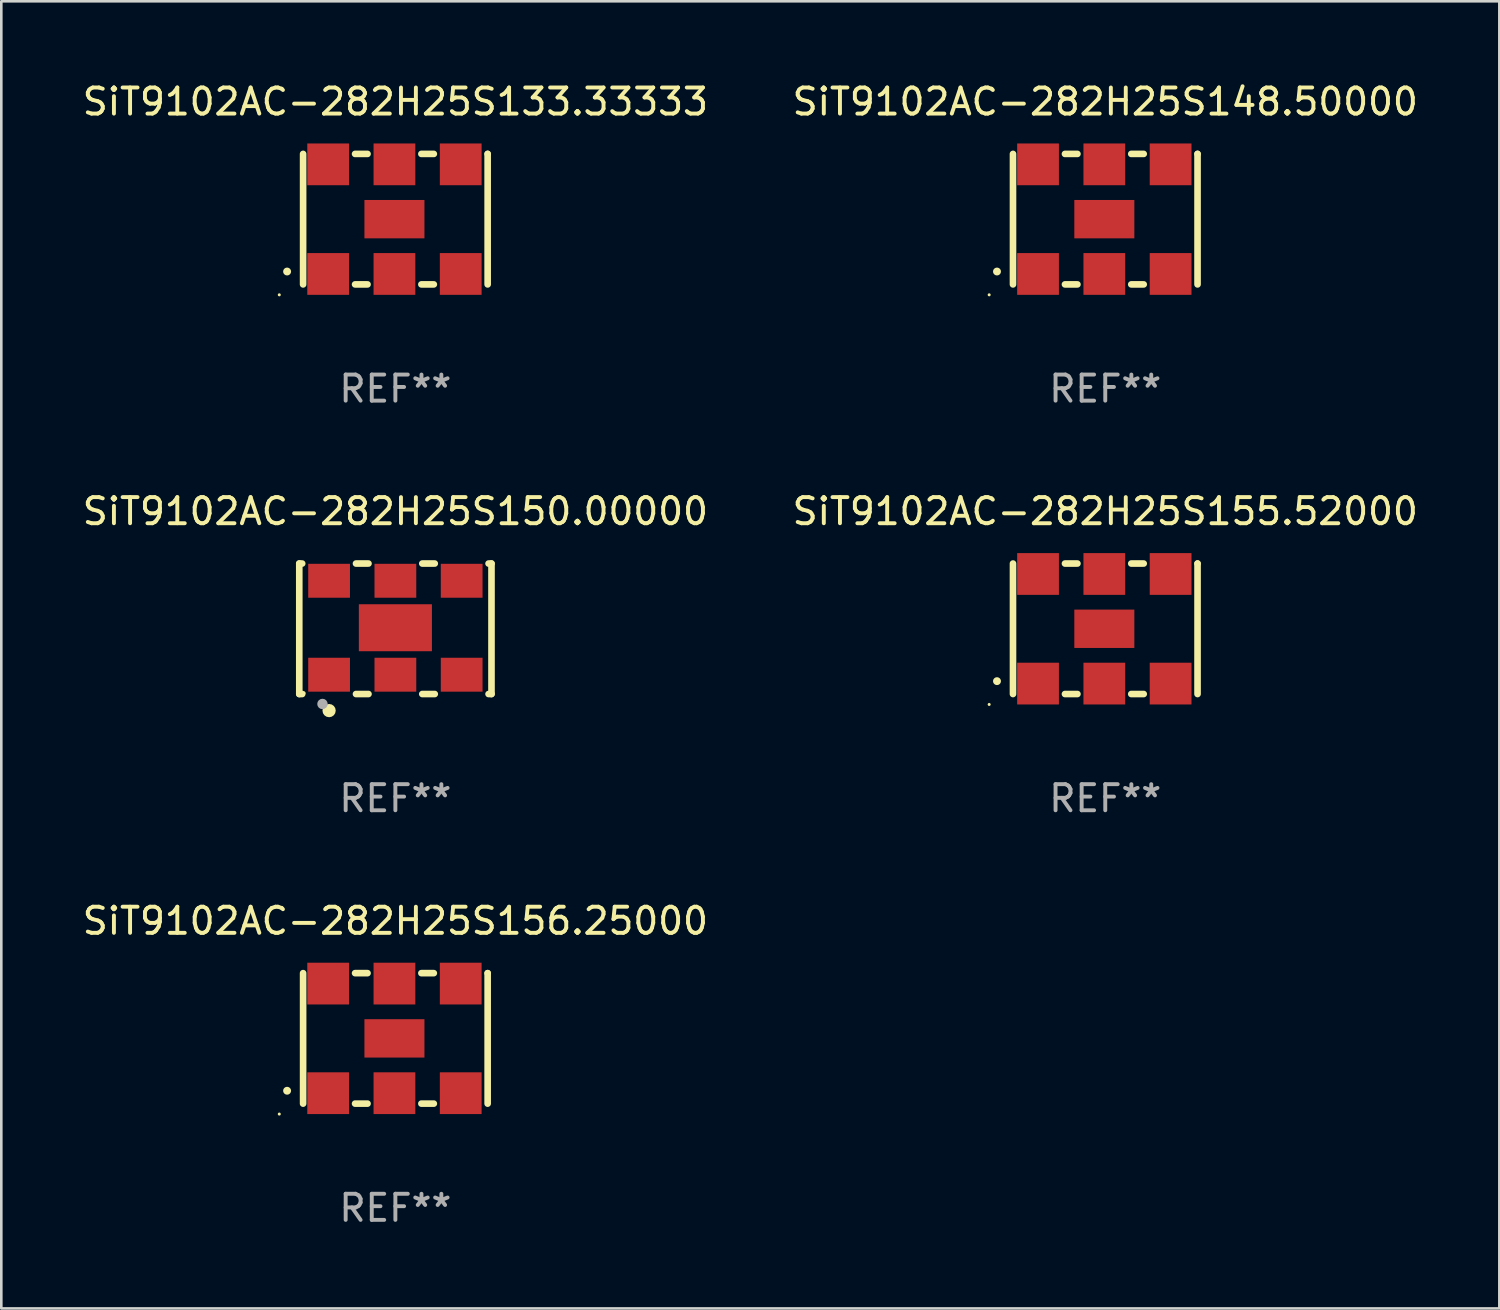
<source format=kicad_pcb>
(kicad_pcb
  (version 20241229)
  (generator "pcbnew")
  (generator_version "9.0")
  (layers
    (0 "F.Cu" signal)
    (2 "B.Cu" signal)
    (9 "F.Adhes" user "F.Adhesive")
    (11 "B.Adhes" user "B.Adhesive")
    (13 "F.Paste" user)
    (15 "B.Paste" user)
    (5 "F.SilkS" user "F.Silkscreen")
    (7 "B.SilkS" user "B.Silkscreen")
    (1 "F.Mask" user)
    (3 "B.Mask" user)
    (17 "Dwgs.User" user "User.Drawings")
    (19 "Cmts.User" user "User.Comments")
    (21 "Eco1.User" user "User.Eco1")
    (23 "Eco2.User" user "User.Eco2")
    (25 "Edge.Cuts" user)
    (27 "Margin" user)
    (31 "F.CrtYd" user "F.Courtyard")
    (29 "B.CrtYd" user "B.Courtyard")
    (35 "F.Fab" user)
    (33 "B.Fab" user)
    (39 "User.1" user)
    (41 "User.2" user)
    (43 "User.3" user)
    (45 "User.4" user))
  (footprint "SiT9102AC-282H25S156.25000"
    (layer "F.Cu")
    (at 12.101 36.741)
    (property "Reference" "SiT9102AC-282H25S156.25000" (at 0 -4.5 0) (layer "F.SilkS") (effects (font (size 1 1) (thickness 0.15))))
    (attr through_hole)
    (fp_line (start -3.536 -2.5) (end -3.536 2.5) (stroke (width 0.254) (type solid)) (layer "F.SilkS"))
    (fp_line (start -1.544 2.5) (end -1.067 2.5) (stroke (width 0.254) (type solid)) (layer "F.SilkS"))
    (fp_line (start -1.067 -2.5) (end -1.544 -2.5) (stroke (width 0.254) (type solid)) (layer "F.SilkS"))
    (fp_line (start 0.996 2.5) (end 1.473 2.5) (stroke (width 0.254) (type solid)) (layer "F.SilkS"))
    (fp_line (start 1.473 -2.5) (end 0.996 -2.5) (stroke (width 0.254) (type solid)) (layer "F.SilkS"))
    (fp_line (start 3.536 -2.5) (end 3.536 -2.5) (stroke (width 0.254) (type solid)) (layer "F.SilkS"))
    (fp_line (start 3.536 2.5) (end 3.536 -2.5) (stroke (width 0.254) (type solid)) (layer "F.SilkS"))
    (fp_arc (start -4.150432 2.006604) (mid -4.149162 2.006599) (end -4.147892 2.006604) (stroke (width 0.3) (type solid)) (layer "F.SilkS"))
    (fp_circle (center -4.449 2.9) (end -4.419 2.9) (stroke (width 0.06) (type solid)) (fill no) (layer "F.SilkS"))
    (fp_text user "REF**" (at 0 6.5 0) (layer "F.Fab") (effects (font (size 1 1) (thickness 0.15))))
    (pad "1" smd rect (at -2.576 2.1) (size 1.6 1.6) (layers "F.Cu" "F.Mask" "F.Paste"))
    (pad "2" smd rect (at -0.036 2.1) (size 1.6 1.6) (layers "F.Cu" "F.Mask" "F.Paste"))
    (pad "3" smd rect (at 2.504 2.1) (size 1.6 1.6) (layers "F.Cu" "F.Mask" "F.Paste"))
    (pad "4" smd rect (at 2.504 -2.1) (size 1.6 1.6) (layers "F.Cu" "F.Mask" "F.Paste"))
    (pad "5" smd rect (at -0.036 -2.1) (size 1.6 1.6) (layers "F.Cu" "F.Mask" "F.Paste"))
    (pad "6" smd rect (at -2.576 -2.1) (size 1.6 1.6) (layers "F.Cu" "F.Mask" "F.Paste"))
    (pad "7" smd rect (at -0.036 0) (size 2.3 1.47) (layers "F.Cu" "F.Mask" "F.Paste")))
  (footprint "SiT9102AC-282H25S150.00000"
    (layer "F.Cu")
    (at 12.101 21.045)
    (property "Reference" "SiT9102AC-282H25S150.00000" (at 0 -4.5 0) (layer "F.SilkS") (effects (font (size 1 1) (thickness 0.15))))
    (attr through_hole)
    (fp_line (start -3.683 -2.5) (end -3.571 -2.5) (stroke (width 0.254) (type solid)) (layer "F.SilkS"))
    (fp_line (start -3.683 2.5) (end -3.683 -2.5) (stroke (width 0.254) (type solid)) (layer "F.SilkS"))
    (fp_line (start -3.683 2.5) (end -3.571 2.5) (stroke (width 0.254) (type solid)) (layer "F.SilkS"))
    (fp_line (start -1.509 -2.5) (end -1.031 -2.5) (stroke (width 0.254) (type solid)) (layer "F.SilkS"))
    (fp_line (start -1.509 2.5) (end -1.031 2.5) (stroke (width 0.254) (type solid)) (layer "F.SilkS"))
    (fp_line (start 1.031 -2.5) (end 1.509 -2.5) (stroke (width 0.254) (type solid)) (layer "F.SilkS"))
    (fp_line (start 1.031 2.5) (end 1.509 2.5) (stroke (width 0.254) (type solid)) (layer "F.SilkS"))
    (fp_line (start 3.571 -2.5) (end 3.683 -2.5) (stroke (width 0.254) (type solid)) (layer "F.SilkS"))
    (fp_line (start 3.571 2.5) (end 3.683 2.5) (stroke (width 0.254) (type solid)) (layer "F.SilkS"))
    (fp_line (start 3.683 2.5) (end 3.683 -2.5) (stroke (width 0.254) (type solid)) (layer "F.SilkS"))
    (fp_circle (center -3.5 2.46) (end -3.47 2.46) (stroke (width 0.06) (type solid)) (fill no) (layer "F.SilkS"))
    (fp_circle (center -2.54 3.135) (end -2.413 3.135) (stroke (width 0.254) (type solid)) (fill no) (layer "F.SilkS"))
    (fp_circle (center -2.794 2.881) (end -2.694 2.881) (stroke (width 0.2) (type solid)) (fill no) (layer "F.Fab"))
    (fp_text user "REF**" (at 0 6.5 0) (layer "F.Fab") (effects (font (size 1 1) (thickness 0.15))))
    (pad "1" smd rect (at -2.54 1.76) (size 1.6 1.3) (layers "F.Cu" "F.Mask" "F.Paste"))
    (pad "2" smd rect (at 0 1.76) (size 1.6 1.3) (layers "F.Cu" "F.Mask" "F.Paste"))
    (pad "3" smd rect (at 2.54 1.76) (size 1.6 1.3) (layers "F.Cu" "F.Mask" "F.Paste"))
    (pad "4" smd rect (at 2.54 -1.84) (size 1.6 1.3) (layers "F.Cu" "F.Mask" "F.Paste"))
    (pad "5" smd rect (at 0 -1.84) (size 1.6 1.3) (layers "F.Cu" "F.Mask" "F.Paste"))
    (pad "6" smd rect (at -2.54 -1.84) (size 1.6 1.3) (layers "F.Cu" "F.Mask" "F.Paste"))
    (pad "7" smd rect (at 0 -0.04) (size 2.8 1.8) (layers "F.Cu" "F.Mask" "F.Paste")))
  (footprint "SiT9102AC-282H25S155.52000"
    (layer "F.Cu")
    (at 39.304 21.045)
    (property "Reference" "SiT9102AC-282H25S155.52000" (at 0 -4.5 0) (layer "F.SilkS") (effects (font (size 1 1) (thickness 0.15))))
    (attr through_hole)
    (fp_line (start -3.536 -2.5) (end -3.536 2.5) (stroke (width 0.254) (type solid)) (layer "F.SilkS"))
    (fp_line (start -1.544 2.5) (end -1.067 2.5) (stroke (width 0.254) (type solid)) (layer "F.SilkS"))
    (fp_line (start -1.067 -2.5) (end -1.544 -2.5) (stroke (width 0.254) (type solid)) (layer "F.SilkS"))
    (fp_line (start 0.996 2.5) (end 1.473 2.5) (stroke (width 0.254) (type solid)) (layer "F.SilkS"))
    (fp_line (start 1.473 -2.5) (end 0.996 -2.5) (stroke (width 0.254) (type solid)) (layer "F.SilkS"))
    (fp_line (start 3.536 -2.5) (end 3.536 -2.5) (stroke (width 0.254) (type solid)) (layer "F.SilkS"))
    (fp_line (start 3.536 2.5) (end 3.536 -2.5) (stroke (width 0.254) (type solid)) (layer "F.SilkS"))
    (fp_arc (start -4.150432 2.006604) (mid -4.149162 2.006599) (end -4.147892 2.006604) (stroke (width 0.3) (type solid)) (layer "F.SilkS"))
    (fp_circle (center -4.449 2.9) (end -4.419 2.9) (stroke (width 0.06) (type solid)) (fill no) (layer "F.SilkS"))
    (fp_text user "REF**" (at 0 6.5 0) (layer "F.Fab") (effects (font (size 1 1) (thickness 0.15))))
    (pad "1" smd rect (at -2.576 2.1) (size 1.6 1.6) (layers "F.Cu" "F.Mask" "F.Paste"))
    (pad "2" smd rect (at -0.036 2.1) (size 1.6 1.6) (layers "F.Cu" "F.Mask" "F.Paste"))
    (pad "3" smd rect (at 2.504 2.1) (size 1.6 1.6) (layers "F.Cu" "F.Mask" "F.Paste"))
    (pad "4" smd rect (at 2.504 -2.1) (size 1.6 1.6) (layers "F.Cu" "F.Mask" "F.Paste"))
    (pad "5" smd rect (at -0.036 -2.1) (size 1.6 1.6) (layers "F.Cu" "F.Mask" "F.Paste"))
    (pad "6" smd rect (at -2.576 -2.1) (size 1.6 1.6) (layers "F.Cu" "F.Mask" "F.Paste"))
    (pad "7" smd rect (at -0.036 0) (size 2.3 1.47) (layers "F.Cu" "F.Mask" "F.Paste")))
  (footprint "SiT9102AC-282H25S148.50000"
    (layer "F.Cu")
    (at 39.304 5.348)
    (property "Reference" "SiT9102AC-282H25S148.50000" (at 0 -4.5 0) (layer "F.SilkS") (effects (font (size 1 1) (thickness 0.15))))
    (attr through_hole)
    (fp_line (start -3.536 -2.5) (end -3.536 2.5) (stroke (width 0.254) (type solid)) (layer "F.SilkS"))
    (fp_line (start -1.544 2.5) (end -1.067 2.5) (stroke (width 0.254) (type solid)) (layer "F.SilkS"))
    (fp_line (start -1.067 -2.5) (end -1.544 -2.5) (stroke (width 0.254) (type solid)) (layer "F.SilkS"))
    (fp_line (start 0.996 2.5) (end 1.473 2.5) (stroke (width 0.254) (type solid)) (layer "F.SilkS"))
    (fp_line (start 1.473 -2.5) (end 0.996 -2.5) (stroke (width 0.254) (type solid)) (layer "F.SilkS"))
    (fp_line (start 3.536 -2.5) (end 3.536 -2.5) (stroke (width 0.254) (type solid)) (layer "F.SilkS"))
    (fp_line (start 3.536 2.5) (end 3.536 -2.5) (stroke (width 0.254) (type solid)) (layer "F.SilkS"))
    (fp_arc (start -4.150432 2.006604) (mid -4.149162 2.006599) (end -4.147892 2.006604) (stroke (width 0.3) (type solid)) (layer "F.SilkS"))
    (fp_circle (center -4.449 2.9) (end -4.419 2.9) (stroke (width 0.06) (type solid)) (fill no) (layer "F.SilkS"))
    (fp_text user "REF**" (at 0 6.5 0) (layer "F.Fab") (effects (font (size 1 1) (thickness 0.15))))
    (pad "1" smd rect (at -2.576 2.1) (size 1.6 1.6) (layers "F.Cu" "F.Mask" "F.Paste"))
    (pad "2" smd rect (at -0.036 2.1) (size 1.6 1.6) (layers "F.Cu" "F.Mask" "F.Paste"))
    (pad "3" smd rect (at 2.504 2.1) (size 1.6 1.6) (layers "F.Cu" "F.Mask" "F.Paste"))
    (pad "4" smd rect (at 2.504 -2.1) (size 1.6 1.6) (layers "F.Cu" "F.Mask" "F.Paste"))
    (pad "5" smd rect (at -0.036 -2.1) (size 1.6 1.6) (layers "F.Cu" "F.Mask" "F.Paste"))
    (pad "6" smd rect (at -2.576 -2.1) (size 1.6 1.6) (layers "F.Cu" "F.Mask" "F.Paste"))
    (pad "7" smd rect (at -0.036 0) (size 2.3 1.47) (layers "F.Cu" "F.Mask" "F.Paste")))
  (footprint "SiT9102AC-282H25S133.33333"
    (layer "F.Cu")
    (at 12.101 5.348)
    (property "Reference" "SiT9102AC-282H25S133.33333" (at 0 -4.5 0) (layer "F.SilkS") (effects (font (size 1 1) (thickness 0.15))))
    (attr through_hole)
    (fp_line (start -3.536 -2.5) (end -3.536 2.5) (stroke (width 0.254) (type solid)) (layer "F.SilkS"))
    (fp_line (start -1.544 2.5) (end -1.067 2.5) (stroke (width 0.254) (type solid)) (layer "F.SilkS"))
    (fp_line (start -1.067 -2.5) (end -1.544 -2.5) (stroke (width 0.254) (type solid)) (layer "F.SilkS"))
    (fp_line (start 0.996 2.5) (end 1.473 2.5) (stroke (width 0.254) (type solid)) (layer "F.SilkS"))
    (fp_line (start 1.473 -2.5) (end 0.996 -2.5) (stroke (width 0.254) (type solid)) (layer "F.SilkS"))
    (fp_line (start 3.536 -2.5) (end 3.536 -2.5) (stroke (width 0.254) (type solid)) (layer "F.SilkS"))
    (fp_line (start 3.536 2.5) (end 3.536 -2.5) (stroke (width 0.254) (type solid)) (layer "F.SilkS"))
    (fp_arc (start -4.150432 2.006604) (mid -4.149162 2.006599) (end -4.147892 2.006604) (stroke (width 0.3) (type solid)) (layer "F.SilkS"))
    (fp_circle (center -4.449 2.9) (end -4.419 2.9) (stroke (width 0.06) (type solid)) (fill no) (layer "F.SilkS"))
    (fp_text user "REF**" (at 0 6.5 0) (layer "F.Fab") (effects (font (size 1 1) (thickness 0.15))))
    (pad "1" smd rect (at -2.576 2.1) (size 1.6 1.6) (layers "F.Cu" "F.Mask" "F.Paste"))
    (pad "2" smd rect (at -0.036 2.1) (size 1.6 1.6) (layers "F.Cu" "F.Mask" "F.Paste"))
    (pad "3" smd rect (at 2.504 2.1) (size 1.6 1.6) (layers "F.Cu" "F.Mask" "F.Paste"))
    (pad "4" smd rect (at 2.504 -2.1) (size 1.6 1.6) (layers "F.Cu" "F.Mask" "F.Paste"))
    (pad "5" smd rect (at -0.036 -2.1) (size 1.6 1.6) (layers "F.Cu" "F.Mask" "F.Paste"))
    (pad "6" smd rect (at -2.576 -2.1) (size 1.6 1.6) (layers "F.Cu" "F.Mask" "F.Paste"))
    (pad "7" smd rect (at -0.036 0) (size 2.3 1.47) (layers "F.Cu" "F.Mask" "F.Paste")))
  (gr_rect
    (start -3 -3)
    (end 54.405 47.09)
    (stroke (width 0.1) (type default))
    (fill no)
    (layer "Edge.Cuts")))
</source>
